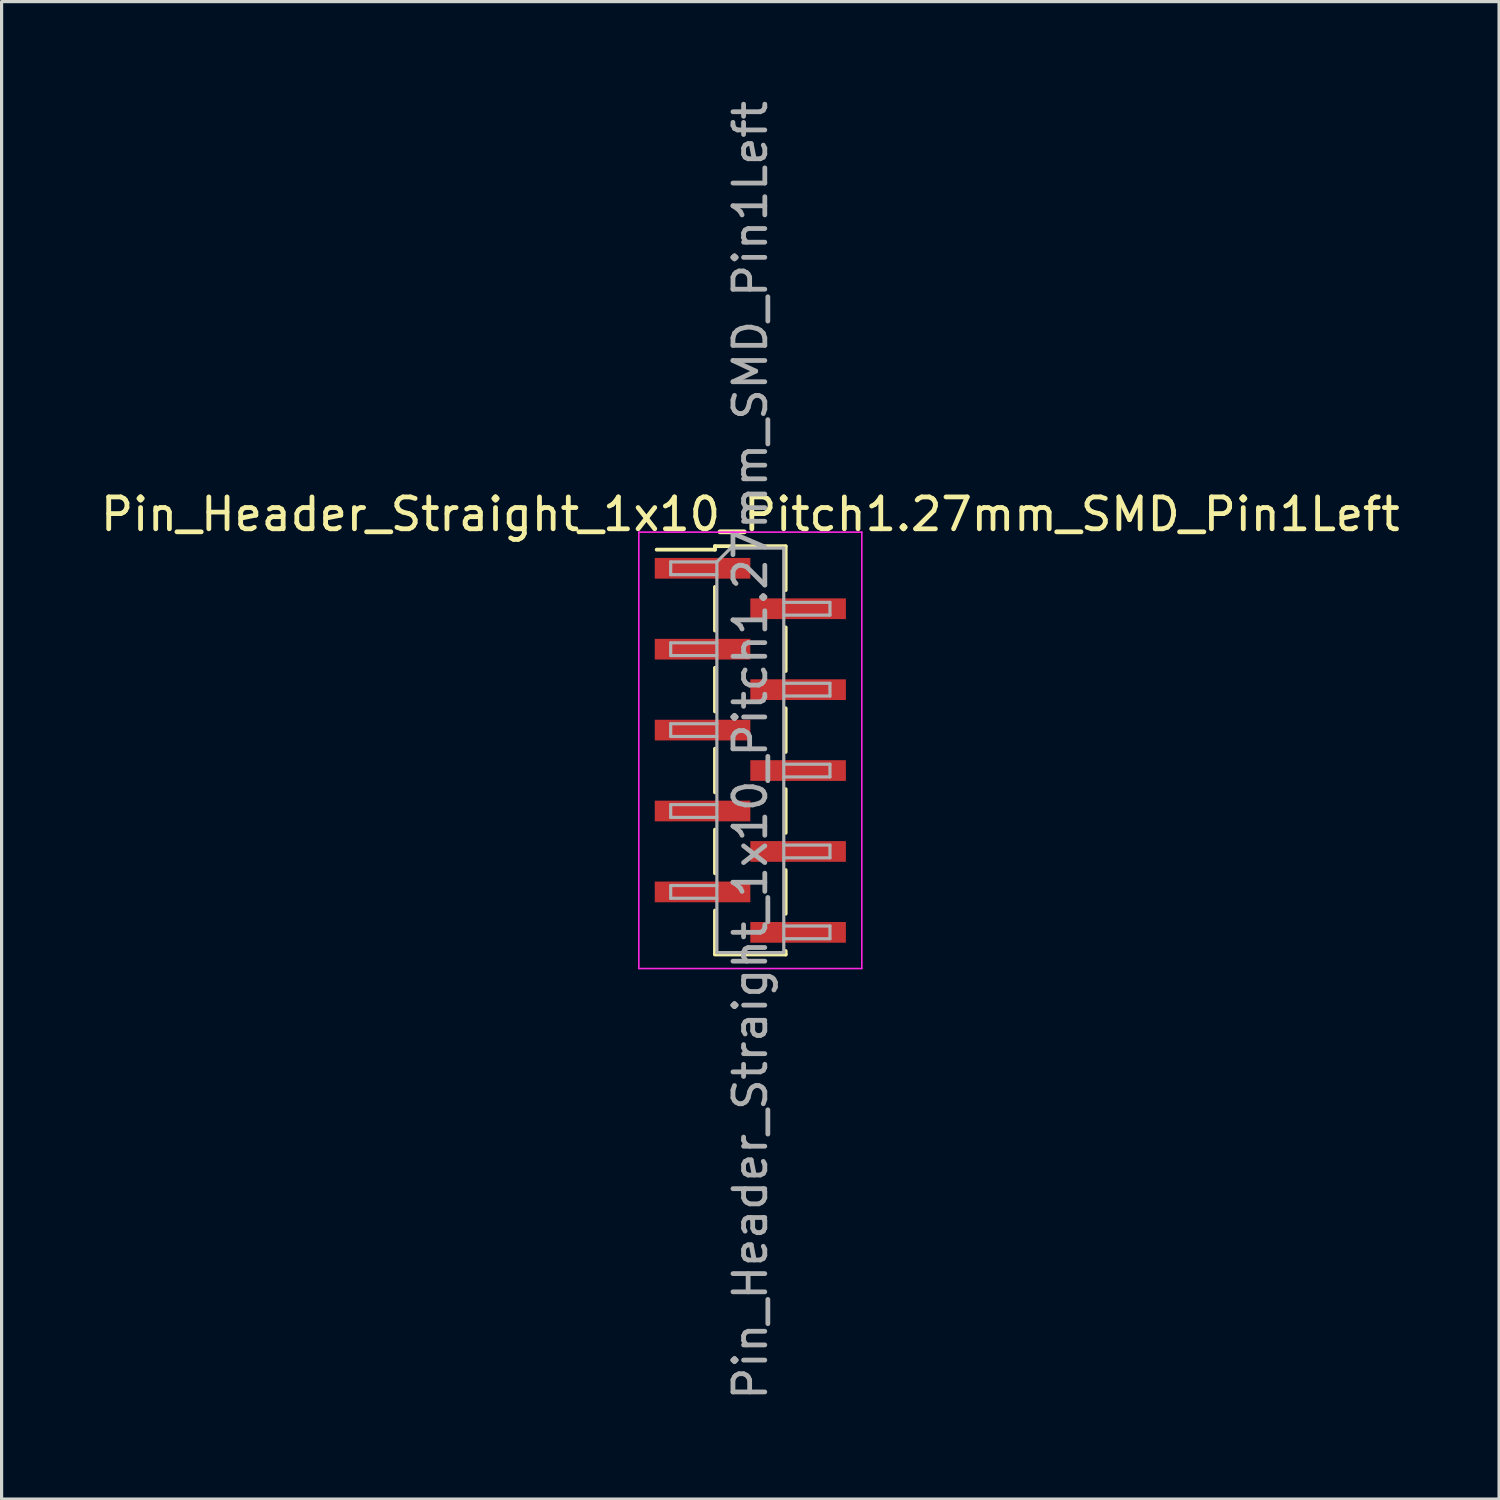
<source format=kicad_pcb>
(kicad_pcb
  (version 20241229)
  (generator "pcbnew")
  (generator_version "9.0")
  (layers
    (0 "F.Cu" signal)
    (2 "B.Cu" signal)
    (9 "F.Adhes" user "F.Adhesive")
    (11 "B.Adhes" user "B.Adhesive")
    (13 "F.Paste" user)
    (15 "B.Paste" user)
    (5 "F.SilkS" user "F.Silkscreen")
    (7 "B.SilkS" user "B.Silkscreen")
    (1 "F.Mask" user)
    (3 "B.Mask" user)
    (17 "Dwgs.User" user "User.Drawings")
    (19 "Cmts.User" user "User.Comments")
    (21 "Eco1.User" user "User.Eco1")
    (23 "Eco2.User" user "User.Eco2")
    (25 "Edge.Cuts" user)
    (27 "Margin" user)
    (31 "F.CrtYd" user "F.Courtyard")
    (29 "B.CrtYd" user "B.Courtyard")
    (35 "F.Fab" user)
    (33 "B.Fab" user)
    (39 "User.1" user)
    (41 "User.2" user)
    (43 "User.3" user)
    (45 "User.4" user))
  (footprint "Pin_Header_Straight_1x10_Pitch1.27mm_SMD_Pin1Left"
    (layer "F.Cu")
    (at 20.506 20.506)
    (property "Reference" "Pin_Header_Straight_1x10_Pitch1.27mm_SMD_Pin1Left" (at 0 -7.41 0) (layer "F.SilkS") (effects (font (size 1 1) (thickness 0.15))))
    (attr smd)
    (fp_line (start -1.11 -6.41) (end -1.11 -6.3) (stroke (width 0.12) (type solid)) (layer "F.SilkS"))
    (fp_line (start -1.11 -6.41) (end 1.11 -6.41) (stroke (width 0.12) (type solid)) (layer "F.SilkS"))
    (fp_line (start -1.11 -6.3) (end -2.94 -6.3) (stroke (width 0.12) (type solid)) (layer "F.SilkS"))
    (fp_line (start -1.11 -5.13) (end -1.11 -3.76) (stroke (width 0.12) (type solid)) (layer "F.SilkS"))
    (fp_line (start -1.11 -2.59) (end -1.11 -1.22) (stroke (width 0.12) (type solid)) (layer "F.SilkS"))
    (fp_line (start -1.11 -0.05) (end -1.11 1.32) (stroke (width 0.12) (type solid)) (layer "F.SilkS"))
    (fp_line (start -1.11 2.49) (end -1.11 3.86) (stroke (width 0.12) (type solid)) (layer "F.SilkS"))
    (fp_line (start -1.11 5.03) (end -1.11 6.4) (stroke (width 0.12) (type solid)) (layer "F.SilkS"))
    (fp_line (start -1.11 6.41) (end 1.11 6.41) (stroke (width 0.12) (type solid)) (layer "F.SilkS"))
    (fp_line (start 1.11 -6.4) (end 1.11 -5.03) (stroke (width 0.12) (type solid)) (layer "F.SilkS"))
    (fp_line (start 1.11 -3.86) (end 1.11 -2.49) (stroke (width 0.12) (type solid)) (layer "F.SilkS"))
    (fp_line (start 1.11 -1.32) (end 1.11 0.05) (stroke (width 0.12) (type solid)) (layer "F.SilkS"))
    (fp_line (start 1.11 1.22) (end 1.11 2.59) (stroke (width 0.12) (type solid)) (layer "F.SilkS"))
    (fp_line (start 1.11 3.76) (end 1.11 5.13) (stroke (width 0.12) (type solid)) (layer "F.SilkS"))
    (fp_line (start 1.11 6.3) (end 1.11 6.41) (stroke (width 0.12) (type solid)) (layer "F.SilkS"))
    (fp_line (start -3.5 -6.85) (end -3.5 6.85) (stroke (width 0.05) (type solid)) (layer "F.CrtYd"))
    (fp_line (start -3.5 6.85) (end 3.5 6.85) (stroke (width 0.05) (type solid)) (layer "F.CrtYd"))
    (fp_line (start 3.5 -6.85) (end -3.5 -6.85) (stroke (width 0.05) (type solid)) (layer "F.CrtYd"))
    (fp_line (start 3.5 6.85) (end 3.5 -6.85) (stroke (width 0.05) (type solid)) (layer "F.CrtYd"))
    (fp_line (start -2.5 -5.915) (end -2.5 -5.515) (stroke (width 0.1) (type solid)) (layer "F.Fab"))
    (fp_line (start -2.5 -5.515) (end -1.05 -5.515) (stroke (width 0.1) (type solid)) (layer "F.Fab"))
    (fp_line (start -2.5 -3.375) (end -2.5 -2.975) (stroke (width 0.1) (type solid)) (layer "F.Fab"))
    (fp_line (start -2.5 -2.975) (end -1.05 -2.975) (stroke (width 0.1) (type solid)) (layer "F.Fab"))
    (fp_line (start -2.5 -0.835) (end -2.5 -0.435) (stroke (width 0.1) (type solid)) (layer "F.Fab"))
    (fp_line (start -2.5 -0.435) (end -1.05 -0.435) (stroke (width 0.1) (type solid)) (layer "F.Fab"))
    (fp_line (start -2.5 1.705) (end -2.5 2.105) (stroke (width 0.1) (type solid)) (layer "F.Fab"))
    (fp_line (start -2.5 2.105) (end -1.05 2.105) (stroke (width 0.1) (type solid)) (layer "F.Fab"))
    (fp_line (start -2.5 4.245) (end -2.5 4.645) (stroke (width 0.1) (type solid)) (layer "F.Fab"))
    (fp_line (start -2.5 4.645) (end -1.05 4.645) (stroke (width 0.1) (type solid)) (layer "F.Fab"))
    (fp_line (start -1.05 -5.915) (end -2.5 -5.915) (stroke (width 0.1) (type solid)) (layer "F.Fab"))
    (fp_line (start -1.05 -5.915) (end -0.615 -6.35) (stroke (width 0.1) (type solid)) (layer "F.Fab"))
    (fp_line (start -1.05 -3.375) (end -2.5 -3.375) (stroke (width 0.1) (type solid)) (layer "F.Fab"))
    (fp_line (start -1.05 -0.835) (end -2.5 -0.835) (stroke (width 0.1) (type solid)) (layer "F.Fab"))
    (fp_line (start -1.05 1.705) (end -2.5 1.705) (stroke (width 0.1) (type solid)) (layer "F.Fab"))
    (fp_line (start -1.05 4.245) (end -2.5 4.245) (stroke (width 0.1) (type solid)) (layer "F.Fab"))
    (fp_line (start -1.05 6.35) (end -1.05 -5.915) (stroke (width 0.1) (type solid)) (layer "F.Fab"))
    (fp_line (start -0.615 -6.35) (end 1.05 -6.35) (stroke (width 0.1) (type solid)) (layer "F.Fab"))
    (fp_line (start 1.05 -6.35) (end 1.05 6.35) (stroke (width 0.1) (type solid)) (layer "F.Fab"))
    (fp_line (start 1.05 -4.645) (end 2.5 -4.645) (stroke (width 0.1) (type solid)) (layer "F.Fab"))
    (fp_line (start 1.05 -2.105) (end 2.5 -2.105) (stroke (width 0.1) (type solid)) (layer "F.Fab"))
    (fp_line (start 1.05 0.435) (end 2.5 0.435) (stroke (width 0.1) (type solid)) (layer "F.Fab"))
    (fp_line (start 1.05 2.975) (end 2.5 2.975) (stroke (width 0.1) (type solid)) (layer "F.Fab"))
    (fp_line (start 1.05 5.515) (end 2.5 5.515) (stroke (width 0.1) (type solid)) (layer "F.Fab"))
    (fp_line (start 1.05 6.35) (end -1.05 6.35) (stroke (width 0.1) (type solid)) (layer "F.Fab"))
    (fp_line (start 2.5 -4.645) (end 2.5 -4.245) (stroke (width 0.1) (type solid)) (layer "F.Fab"))
    (fp_line (start 2.5 -4.245) (end 1.05 -4.245) (stroke (width 0.1) (type solid)) (layer "F.Fab"))
    (fp_line (start 2.5 -2.105) (end 2.5 -1.705) (stroke (width 0.1) (type solid)) (layer "F.Fab"))
    (fp_line (start 2.5 -1.705) (end 1.05 -1.705) (stroke (width 0.1) (type solid)) (layer "F.Fab"))
    (fp_line (start 2.5 0.435) (end 2.5 0.835) (stroke (width 0.1) (type solid)) (layer "F.Fab"))
    (fp_line (start 2.5 0.835) (end 1.05 0.835) (stroke (width 0.1) (type solid)) (layer "F.Fab"))
    (fp_line (start 2.5 2.975) (end 2.5 3.375) (stroke (width 0.1) (type solid)) (layer "F.Fab"))
    (fp_line (start 2.5 3.375) (end 1.05 3.375) (stroke (width 0.1) (type solid)) (layer "F.Fab"))
    (fp_line (start 2.5 5.515) (end 2.5 5.915) (stroke (width 0.1) (type solid)) (layer "F.Fab"))
    (fp_line (start 2.5 5.915) (end 1.05 5.915) (stroke (width 0.1) (type solid)) (layer "F.Fab"))
    (fp_text user "${REFERENCE}" (at 0 0 90) (layer "F.Fab") (effects (font (size 1 1) (thickness 0.15))))
    (pad "1" smd rect (at -1.5 -5.715) (size 3 0.65) (layers "F.Cu" "F.Mask" "F.Paste"))
    (pad "2" smd rect (at 1.5 -4.445) (size 3 0.65) (layers "F.Cu" "F.Mask" "F.Paste"))
    (pad "3" smd rect (at -1.5 -3.175) (size 3 0.65) (layers "F.Cu" "F.Mask" "F.Paste"))
    (pad "4" smd rect (at 1.5 -1.905) (size 3 0.65) (layers "F.Cu" "F.Mask" "F.Paste"))
    (pad "5" smd rect (at -1.5 -0.635) (size 3 0.65) (layers "F.Cu" "F.Mask" "F.Paste"))
    (pad "6" smd rect (at 1.5 0.635) (size 3 0.65) (layers "F.Cu" "F.Mask" "F.Paste"))
    (pad "7" smd rect (at -1.5 1.905) (size 3 0.65) (layers "F.Cu" "F.Mask" "F.Paste"))
    (pad "8" smd rect (at 1.5 3.175) (size 3 0.65) (layers "F.Cu" "F.Mask" "F.Paste"))
    (pad "9" smd rect (at -1.5 4.445) (size 3 0.65) (layers "F.Cu" "F.Mask" "F.Paste"))
    (pad "10" smd rect (at 1.5 5.715) (size 3 0.65) (layers "F.Cu" "F.Mask" "F.Paste")))
  (gr_rect
    (start -3 -3)
    (end 44.012 44.012)
    (stroke (width 0.1) (type default))
    (fill no)
    (layer "Edge.Cuts")))
</source>
